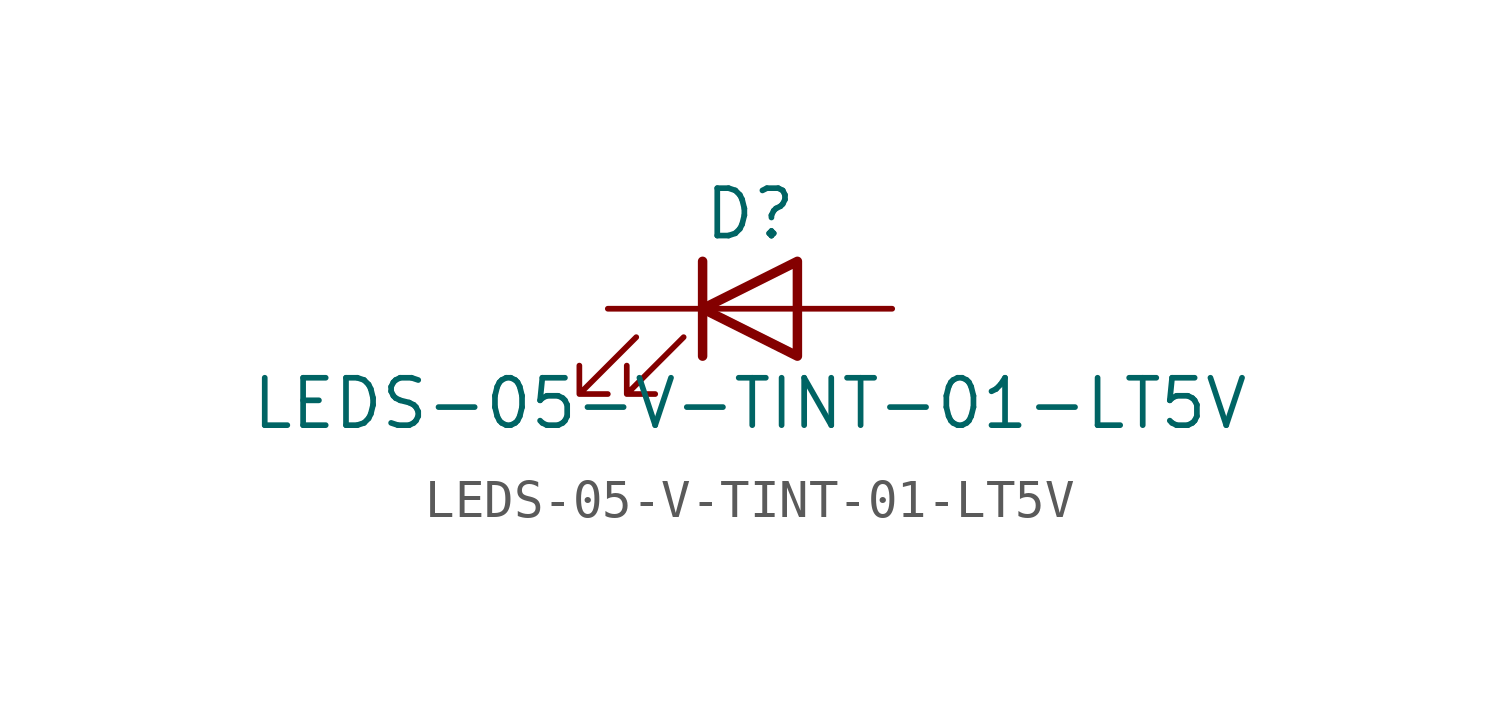
<source format=kicad_sym>
(kicad_symbol_lib
  (version 20211014)
  (generator kicad_symbol_editor)
  (symbol "LEDS-05-V-TINT-01-LT5V"
    (pin_numbers hide)
    (pin_names
      (offset 1.016) hide)
    (property "Reference" "D"
      (at 0 2.54 0)
      (effects (font (size 1.27 1.27))))
    (property "Value" "LEDS-05-V-TINT-01-LT5V"
      (at 0 -2.54 0)
      (effects (font (size 1.27 1.27))))
    (symbol "LEDS-05-V-TINT-01-LT5V_0_1"
      (polyline (pts (xy -1.27 -1.27) (xy -1.27 1.27)) (stroke (width 0.254) (type default) (color 0 0 0 0)) (fill (type none)))
      (polyline (pts (xy -1.27 0) (xy 1.27 0)) (stroke (width 0) (type default) (color 0 0 0 0)) (fill (type none)))
      (polyline (pts (xy 1.27 -1.27) (xy 1.27 1.27) (xy -1.27 0) (xy 1.27 -1.27)) (stroke (width 0.254) (type default) (color 0 0 0 0)) (fill (type none)))
      (polyline (pts (xy -3.048 -0.762) (xy -4.572 -2.286) (xy -3.81 -2.286) (xy -4.572 -2.286) (xy -4.572 -1.524)) (stroke (width 0) (type default) (color 0 0 0 0)) (fill (type none)))
      (polyline (pts (xy -1.778 -0.762) (xy -3.302 -2.286) (xy -2.54 -2.286) (xy -3.302 -2.286) (xy -3.302 -1.524)) (stroke (width 0) (type default) (color 0 0 0 0)) (fill (type none))))
    (symbol "LEDS-05-V-TINT-01-LT5V_1_1"
      (pin passive line (at -3.81 0 0) (length 2.54) (name "K" (effects (font (size 1.27 1.27)))) (number "1" (effects (font (size 1.27 1.27)))))
      (pin passive line (at 3.81 0 180) (length 2.54) (name "A" (effects (font (size 1.27 1.27)))) (number "2" (effects (font (size 1.27 1.27))))))))
</source>
